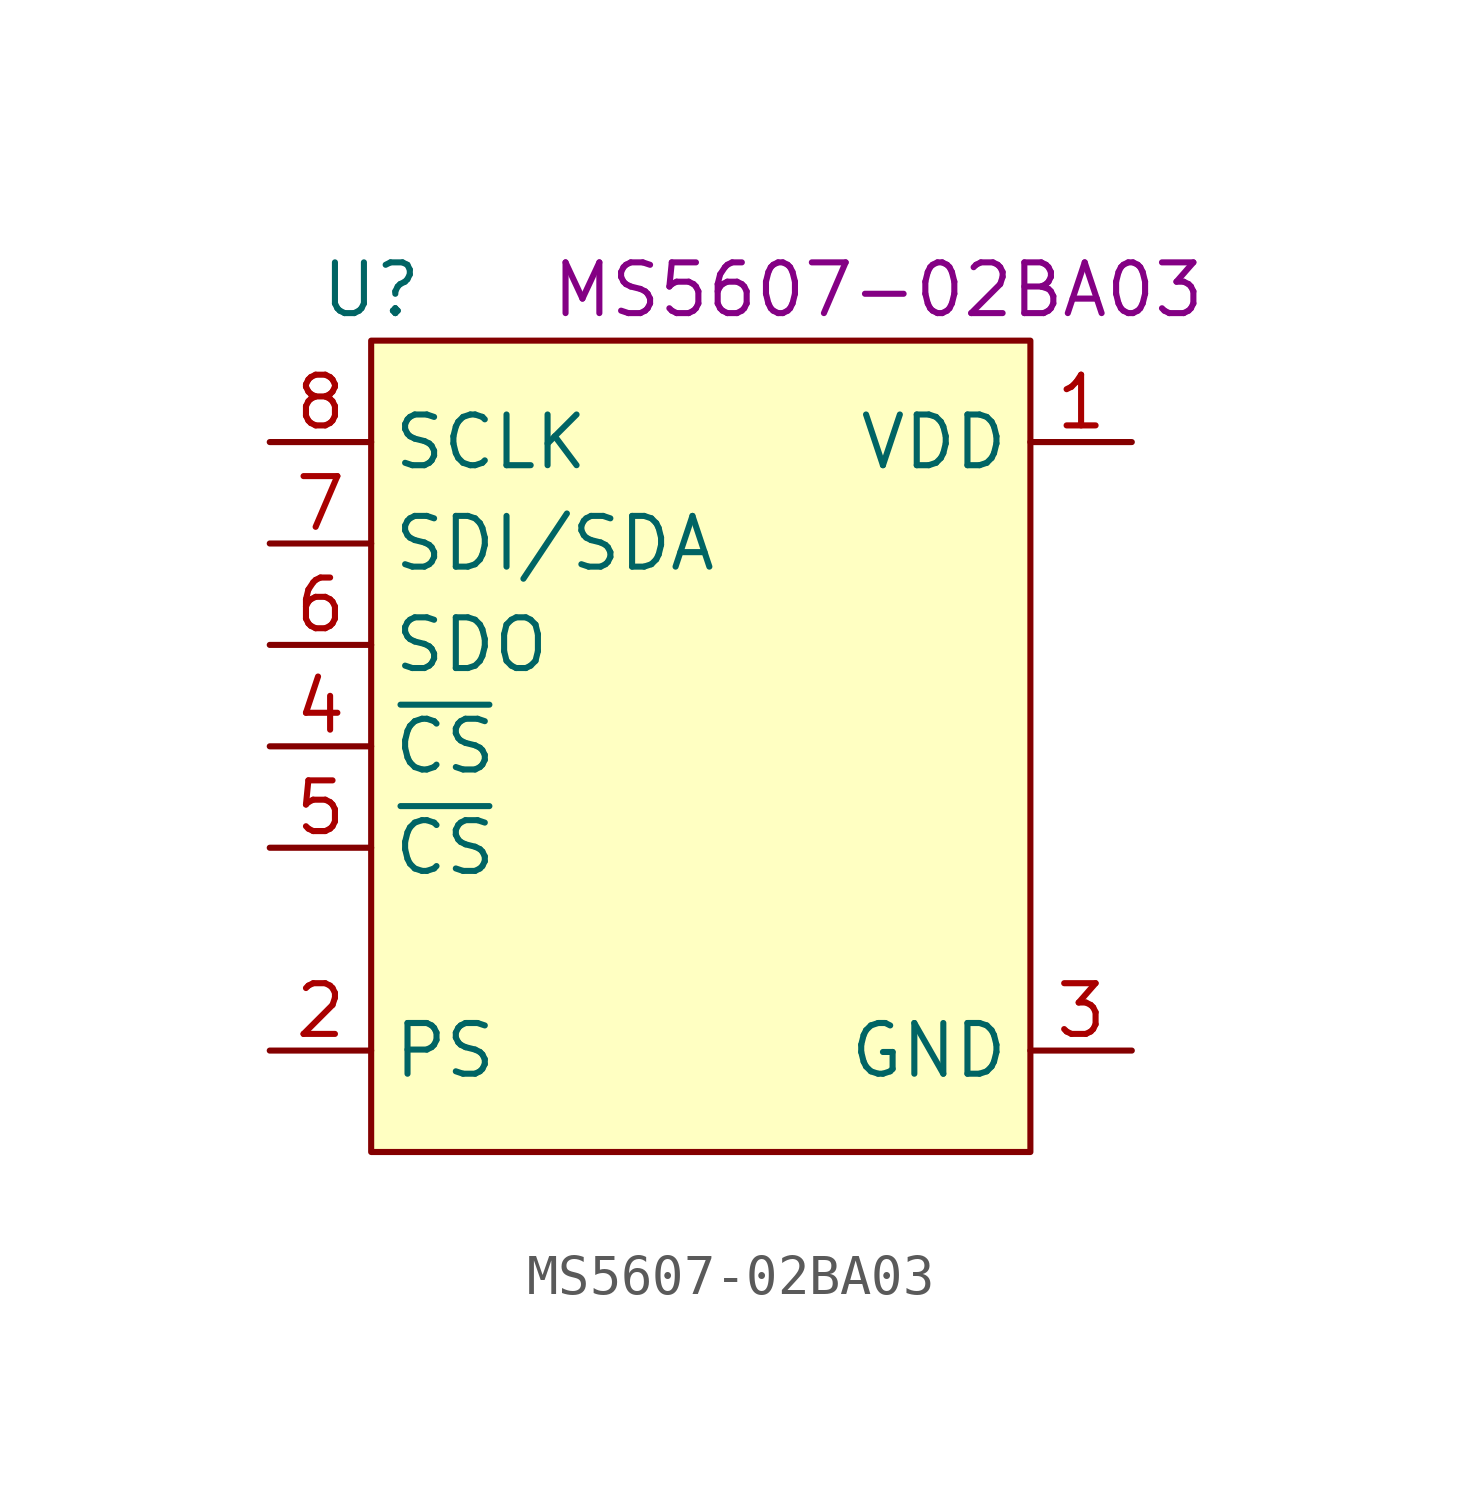
<source format=kicad_sym>
(kicad_symbol_lib
  (version 20231120)
  (generator "kicad_symbol_editor")
  (generator_version "8.0")
  (symbol "MS5607-02BA03"
    (property "Reference" "U"
      (at -8.89 8.89 0)
      (effects (font (size 1.27 1.27))))
    (property "MPN" "MS5607-02BA03"
      (at 3.81 8.89 0)
      (effects (font (size 1.27 1.27))))
    (symbol "MS5607-02BA03_0_1"
      (rectangle (start -8.89 -12.7) (end 7.62 7.62) (stroke (width 0) (type default)) (fill (type background))))
    (symbol "MS5607-02BA03_1_1"
      (pin power_in line (at 10.16 5.08 180) (length 2.54) (name "VDD" (effects (font (size 1.27 1.27)))) (number "1" (effects (font (size 1.27 1.27)))))
      (pin input line (at -11.43 -10.16 0) (length 2.54) (name "PS" (effects (font (size 1.27 1.27)))) (number "2" (effects (font (size 1.27 1.27)))))
      (pin power_in line (at 10.16 -10.16 180) (length 2.54) (name "GND" (effects (font (size 1.27 1.27)))) (number "3" (effects (font (size 1.27 1.27)))))
      (pin input line (at -11.43 -2.54 0) (length 2.54) (name "~{CS}" (effects (font (size 1.27 1.27)))) (number "4" (effects (font (size 1.27 1.27)))))
      (pin input line (at -11.43 -5.08 0) (length 2.54) (name "~{CS}" (effects (font (size 1.27 1.27)))) (number "5" (effects (font (size 1.27 1.27)))))
      (pin output line (at -11.43 0 0) (length 2.54) (name "SDO" (effects (font (size 1.27 1.27)))) (number "6" (effects (font (size 1.27 1.27)))))
      (pin bidirectional line (at -11.43 2.54 0) (length 2.54) (name "SDI/SDA" (effects (font (size 1.27 1.27)))) (number "7" (effects (font (size 1.27 1.27)))))
      (pin input line (at -11.43 5.08 0) (length 2.54) (name "SCLK" (effects (font (size 1.27 1.27)))) (number "8" (effects (font (size 1.27 1.27))))))))
</source>
